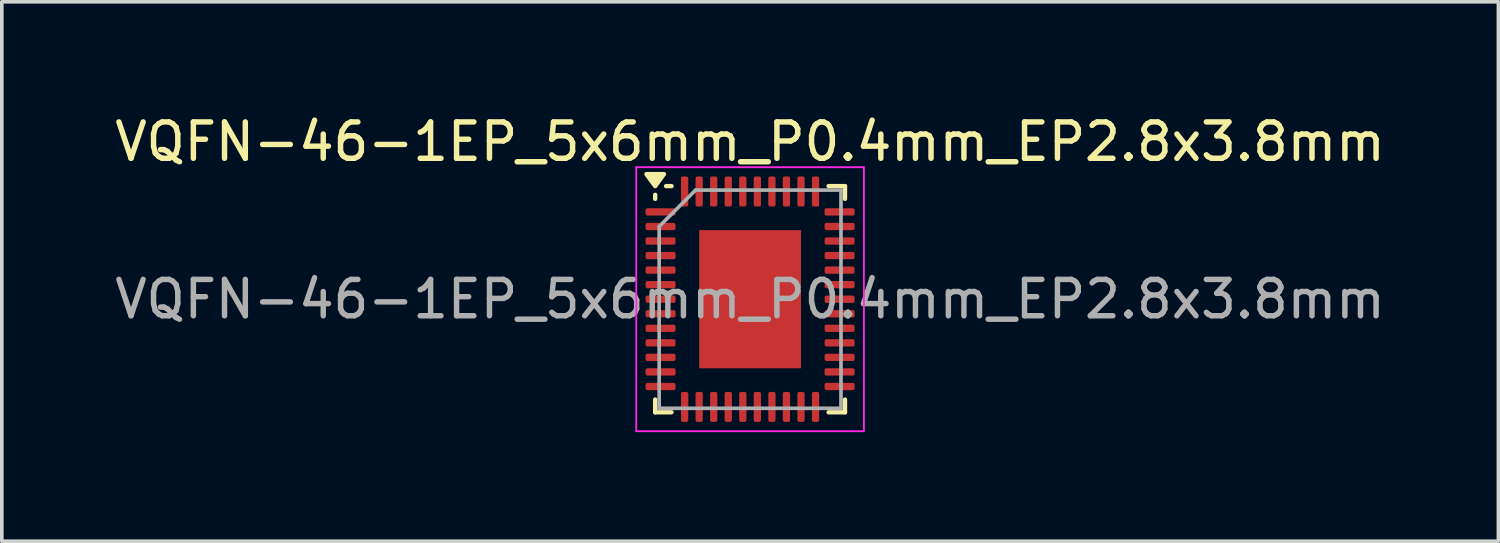
<source format=kicad_pcb>
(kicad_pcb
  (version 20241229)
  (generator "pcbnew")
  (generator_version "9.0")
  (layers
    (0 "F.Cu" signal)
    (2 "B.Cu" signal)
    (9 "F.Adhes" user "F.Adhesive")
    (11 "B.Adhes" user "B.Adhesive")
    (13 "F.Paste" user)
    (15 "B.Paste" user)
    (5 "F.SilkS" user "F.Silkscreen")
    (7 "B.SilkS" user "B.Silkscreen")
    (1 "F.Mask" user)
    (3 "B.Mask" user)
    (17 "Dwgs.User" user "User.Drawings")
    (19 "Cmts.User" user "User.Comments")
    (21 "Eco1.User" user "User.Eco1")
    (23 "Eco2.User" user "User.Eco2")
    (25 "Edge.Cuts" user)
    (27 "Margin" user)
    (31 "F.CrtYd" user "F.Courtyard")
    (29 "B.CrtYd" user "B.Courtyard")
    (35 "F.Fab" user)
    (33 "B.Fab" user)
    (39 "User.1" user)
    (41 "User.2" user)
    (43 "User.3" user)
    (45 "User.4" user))
  (footprint "VQFN-46-1EP_5x6mm_P0.4mm_EP2.8x3.8mm"
    (layer "F.Cu")
    (at 17.577 5.178)
    (property "Reference" "VQFN-46-1EP_5x6mm_P0.4mm_EP2.8x3.8mm" (at 0 -4.33 0) (layer "F.SilkS") (effects (font (size 1 1) (thickness 0.15))))
    (attr smd)
    (fp_line (start -2.61 -2.76) (end -2.61 -2.87) (stroke (width 0.12) (type solid)) (layer "F.SilkS"))
    (fp_line (start -2.61 3.11) (end -2.61 2.76) (stroke (width 0.12) (type solid)) (layer "F.SilkS"))
    (fp_line (start -2.16 -3.11) (end -2.31 -3.11) (stroke (width 0.12) (type solid)) (layer "F.SilkS"))
    (fp_line (start -2.16 3.11) (end -2.61 3.11) (stroke (width 0.12) (type solid)) (layer "F.SilkS"))
    (fp_line (start 2.16 -3.11) (end 2.61 -3.11) (stroke (width 0.12) (type solid)) (layer "F.SilkS"))
    (fp_line (start 2.16 3.11) (end 2.61 3.11) (stroke (width 0.12) (type solid)) (layer "F.SilkS"))
    (fp_line (start 2.61 -3.11) (end 2.61 -2.76) (stroke (width 0.12) (type solid)) (layer "F.SilkS"))
    (fp_line (start 2.61 3.11) (end 2.61 2.76) (stroke (width 0.12) (type solid)) (layer "F.SilkS"))
    (fp_poly (pts (xy -2.61 -3.11) (xy -2.85 -3.44) (xy -2.37 -3.44) (xy -2.61 -3.11)) (stroke (width 0.12) (type solid)) (fill yes) (layer "F.SilkS"))
    (fp_line (start -3.13 -3.63) (end -3.13 3.63) (stroke (width 0.05) (type solid)) (layer "F.CrtYd"))
    (fp_line (start -3.13 3.63) (end 3.13 3.63) (stroke (width 0.05) (type solid)) (layer "F.CrtYd"))
    (fp_line (start 3.13 -3.63) (end -3.13 -3.63) (stroke (width 0.05) (type solid)) (layer "F.CrtYd"))
    (fp_line (start 3.13 3.63) (end 3.13 -3.63) (stroke (width 0.05) (type solid)) (layer "F.CrtYd"))
    (fp_line (start -2.5 -2) (end -1.5 -3) (stroke (width 0.1) (type solid)) (layer "F.Fab"))
    (fp_line (start -2.5 3) (end -2.5 -2) (stroke (width 0.1) (type solid)) (layer "F.Fab"))
    (fp_line (start -1.5 -3) (end 2.5 -3) (stroke (width 0.1) (type solid)) (layer "F.Fab"))
    (fp_line (start 2.5 -3) (end 2.5 3) (stroke (width 0.1) (type solid)) (layer "F.Fab"))
    (fp_line (start 2.5 3) (end -2.5 3) (stroke (width 0.1) (type solid)) (layer "F.Fab"))
    (fp_text user "${REFERENCE}" (at 0 0 0) (layer "F.Fab") (effects (font (size 1 1) (thickness 0.15))))
    (pad "" smd roundrect (at -0.7 -1.27) (size 1.13 1.02) (layers "F.Paste") (roundrect_rratio 0.245))
    (pad "" smd roundrect (at -0.7 0) (size 1.13 1.02) (layers "F.Paste") (roundrect_rratio 0.245))
    (pad "" smd roundrect (at -0.7 1.27) (size 1.13 1.02) (layers "F.Paste") (roundrect_rratio 0.245))
    (pad "" smd roundrect (at 0.7 -1.27) (size 1.13 1.02) (layers "F.Paste") (roundrect_rratio 0.245))
    (pad "" smd roundrect (at 0.7 0) (size 1.13 1.02) (layers "F.Paste") (roundrect_rratio 0.245))
    (pad "" smd roundrect (at 0.7 1.27) (size 1.13 1.02) (layers "F.Paste") (roundrect_rratio 0.245))
    (pad "1" smd roundrect (at -2.462 -2.4) (size 0.825 0.2) (layers "F.Cu" "F.Mask" "F.Paste") (roundrect_rratio 0.25))
    (pad "2" smd roundrect (at -2.462 -2) (size 0.825 0.2) (layers "F.Cu" "F.Mask" "F.Paste") (roundrect_rratio 0.25))
    (pad "3" smd roundrect (at -2.462 -1.6) (size 0.825 0.2) (layers "F.Cu" "F.Mask" "F.Paste") (roundrect_rratio 0.25))
    (pad "4" smd roundrect (at -2.462 -1.2) (size 0.825 0.2) (layers "F.Cu" "F.Mask" "F.Paste") (roundrect_rratio 0.25))
    (pad "5" smd roundrect (at -2.462 -0.8) (size 0.825 0.2) (layers "F.Cu" "F.Mask" "F.Paste") (roundrect_rratio 0.25))
    (pad "6" smd roundrect (at -2.462 -0.4) (size 0.825 0.2) (layers "F.Cu" "F.Mask" "F.Paste") (roundrect_rratio 0.25))
    (pad "7" smd roundrect (at -2.462 0) (size 0.825 0.2) (layers "F.Cu" "F.Mask" "F.Paste") (roundrect_rratio 0.25))
    (pad "8" smd roundrect (at -2.462 0.4) (size 0.825 0.2) (layers "F.Cu" "F.Mask" "F.Paste") (roundrect_rratio 0.25))
    (pad "9" smd roundrect (at -2.462 0.8) (size 0.825 0.2) (layers "F.Cu" "F.Mask" "F.Paste") (roundrect_rratio 0.25))
    (pad "10" smd roundrect (at -2.462 1.2) (size 0.825 0.2) (layers "F.Cu" "F.Mask" "F.Paste") (roundrect_rratio 0.25))
    (pad "11" smd roundrect (at -2.462 1.6) (size 0.825 0.2) (layers "F.Cu" "F.Mask" "F.Paste") (roundrect_rratio 0.25))
    (pad "12" smd roundrect (at -2.462 2) (size 0.825 0.2) (layers "F.Cu" "F.Mask" "F.Paste") (roundrect_rratio 0.25))
    (pad "13" smd roundrect (at -2.462 2.4) (size 0.825 0.2) (layers "F.Cu" "F.Mask" "F.Paste") (roundrect_rratio 0.25))
    (pad "14" smd roundrect (at -1.8 2.962) (size 0.2 0.825) (layers "F.Cu" "F.Mask" "F.Paste") (roundrect_rratio 0.25))
    (pad "15" smd roundrect (at -1.4 2.962) (size 0.2 0.825) (layers "F.Cu" "F.Mask" "F.Paste") (roundrect_rratio 0.25))
    (pad "16" smd roundrect (at -1 2.962) (size 0.2 0.825) (layers "F.Cu" "F.Mask" "F.Paste") (roundrect_rratio 0.25))
    (pad "17" smd roundrect (at -0.6 2.962) (size 0.2 0.825) (layers "F.Cu" "F.Mask" "F.Paste") (roundrect_rratio 0.25))
    (pad "18" smd roundrect (at -0.2 2.962) (size 0.2 0.825) (layers "F.Cu" "F.Mask" "F.Paste") (roundrect_rratio 0.25))
    (pad "19" smd roundrect (at 0.2 2.962) (size 0.2 0.825) (layers "F.Cu" "F.Mask" "F.Paste") (roundrect_rratio 0.25))
    (pad "20" smd roundrect (at 0.6 2.962) (size 0.2 0.825) (layers "F.Cu" "F.Mask" "F.Paste") (roundrect_rratio 0.25))
    (pad "21" smd roundrect (at 1 2.962) (size 0.2 0.825) (layers "F.Cu" "F.Mask" "F.Paste") (roundrect_rratio 0.25))
    (pad "22" smd roundrect (at 1.4 2.962) (size 0.2 0.825) (layers "F.Cu" "F.Mask" "F.Paste") (roundrect_rratio 0.25))
    (pad "23" smd roundrect (at 1.8 2.962) (size 0.2 0.825) (layers "F.Cu" "F.Mask" "F.Paste") (roundrect_rratio 0.25))
    (pad "24" smd roundrect (at 2.462 2.4) (size 0.825 0.2) (layers "F.Cu" "F.Mask" "F.Paste") (roundrect_rratio 0.25))
    (pad "25" smd roundrect (at 2.462 2) (size 0.825 0.2) (layers "F.Cu" "F.Mask" "F.Paste") (roundrect_rratio 0.25))
    (pad "26" smd roundrect (at 2.462 1.6) (size 0.825 0.2) (layers "F.Cu" "F.Mask" "F.Paste") (roundrect_rratio 0.25))
    (pad "27" smd roundrect (at 2.462 1.2) (size 0.825 0.2) (layers "F.Cu" "F.Mask" "F.Paste") (roundrect_rratio 0.25))
    (pad "28" smd roundrect (at 2.462 0.8) (size 0.825 0.2) (layers "F.Cu" "F.Mask" "F.Paste") (roundrect_rratio 0.25))
    (pad "29" smd roundrect (at 2.462 0.4) (size 0.825 0.2) (layers "F.Cu" "F.Mask" "F.Paste") (roundrect_rratio 0.25))
    (pad "30" smd roundrect (at 2.462 0) (size 0.825 0.2) (layers "F.Cu" "F.Mask" "F.Paste") (roundrect_rratio 0.25))
    (pad "31" smd roundrect (at 2.462 -0.4) (size 0.825 0.2) (layers "F.Cu" "F.Mask" "F.Paste") (roundrect_rratio 0.25))
    (pad "32" smd roundrect (at 2.462 -0.8) (size 0.825 0.2) (layers "F.Cu" "F.Mask" "F.Paste") (roundrect_rratio 0.25))
    (pad "33" smd roundrect (at 2.462 -1.2) (size 0.825 0.2) (layers "F.Cu" "F.Mask" "F.Paste") (roundrect_rratio 0.25))
    (pad "34" smd roundrect (at 2.462 -1.6) (size 0.825 0.2) (layers "F.Cu" "F.Mask" "F.Paste") (roundrect_rratio 0.25))
    (pad "35" smd roundrect (at 2.462 -2) (size 0.825 0.2) (layers "F.Cu" "F.Mask" "F.Paste") (roundrect_rratio 0.25))
    (pad "36" smd roundrect (at 2.462 -2.4) (size 0.825 0.2) (layers "F.Cu" "F.Mask" "F.Paste") (roundrect_rratio 0.25))
    (pad "37" smd roundrect (at 1.8 -2.962) (size 0.2 0.825) (layers "F.Cu" "F.Mask" "F.Paste") (roundrect_rratio 0.25))
    (pad "38" smd roundrect (at 1.4 -2.962) (size 0.2 0.825) (layers "F.Cu" "F.Mask" "F.Paste") (roundrect_rratio 0.25))
    (pad "39" smd roundrect (at 1 -2.962) (size 0.2 0.825) (layers "F.Cu" "F.Mask" "F.Paste") (roundrect_rratio 0.25))
    (pad "40" smd roundrect (at 0.6 -2.962) (size 0.2 0.825) (layers "F.Cu" "F.Mask" "F.Paste") (roundrect_rratio 0.25))
    (pad "41" smd roundrect (at 0.2 -2.962) (size 0.2 0.825) (layers "F.Cu" "F.Mask" "F.Paste") (roundrect_rratio 0.25))
    (pad "42" smd roundrect (at -0.2 -2.962) (size 0.2 0.825) (layers "F.Cu" "F.Mask" "F.Paste") (roundrect_rratio 0.25))
    (pad "43" smd roundrect (at -0.6 -2.962) (size 0.2 0.825) (layers "F.Cu" "F.Mask" "F.Paste") (roundrect_rratio 0.25))
    (pad "44" smd roundrect (at -1 -2.962) (size 0.2 0.825) (layers "F.Cu" "F.Mask" "F.Paste") (roundrect_rratio 0.25))
    (pad "45" smd roundrect (at -1.4 -2.962) (size 0.2 0.825) (layers "F.Cu" "F.Mask" "F.Paste") (roundrect_rratio 0.25))
    (pad "46" smd roundrect (at -1.8 -2.962) (size 0.2 0.825) (layers "F.Cu" "F.Mask" "F.Paste") (roundrect_rratio 0.25))
    (pad "47" smd rect (at 0 0) (size 2.8 3.8) (property pad_prop_heatsink) (layers "F.Cu" "F.Mask")))
  (gr_rect
    (start -3 -3)
    (end 38.155 11.833)
    (stroke (width 0.1) (type default))
    (fill no)
    (layer "Edge.Cuts")))
</source>
